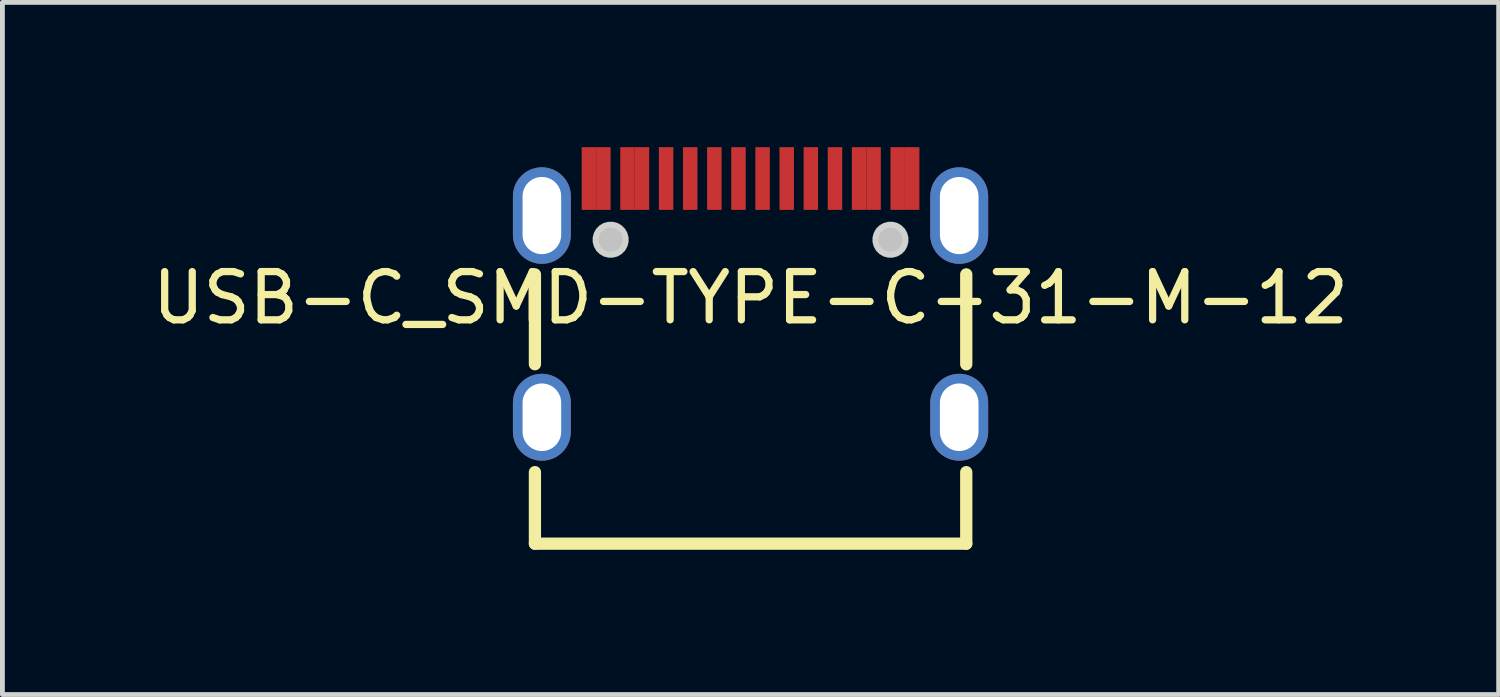
<source format=kicad_pcb>
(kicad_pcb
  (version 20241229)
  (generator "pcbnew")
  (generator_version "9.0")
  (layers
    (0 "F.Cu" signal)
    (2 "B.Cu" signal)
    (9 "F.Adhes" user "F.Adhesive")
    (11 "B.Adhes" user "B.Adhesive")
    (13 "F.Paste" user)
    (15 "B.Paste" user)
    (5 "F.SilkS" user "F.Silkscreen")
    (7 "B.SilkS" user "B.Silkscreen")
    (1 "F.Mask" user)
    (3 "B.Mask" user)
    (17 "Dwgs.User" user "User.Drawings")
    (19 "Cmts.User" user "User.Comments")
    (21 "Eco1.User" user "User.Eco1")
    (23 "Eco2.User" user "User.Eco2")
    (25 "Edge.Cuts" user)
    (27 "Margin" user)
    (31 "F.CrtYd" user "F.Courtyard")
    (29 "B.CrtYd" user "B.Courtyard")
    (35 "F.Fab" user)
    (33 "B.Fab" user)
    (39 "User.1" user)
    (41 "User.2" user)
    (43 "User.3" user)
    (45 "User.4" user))
  (footprint "USB-C_SMD-TYPE-C-31-M-12"
    (layer "F.Cu")
    (at 12.506 3.124)
    (property "Reference" "USB-C_SMD-TYPE-C-31-M-12" (at 0 0 0) (layer "F.SilkS") (effects (font (size 1 1) (thickness 0.15))))
    (fp_line (start -4.469 1.375) (end -4.469 -0.487) (stroke (width 0.254) (type default)) (layer "F.SilkS"))
    (fp_line (start -4.469 5.094) (end -4.469 3.612) (stroke (width 0.254) (type default)) (layer "F.SilkS"))
    (fp_line (start 4.471 1.376) (end 4.471 -0.487) (stroke (width 0.254) (type default)) (layer "F.SilkS"))
    (fp_line (start 4.471 5.094) (end -4.469 5.094) (stroke (width 0.254) (type default)) (layer "F.SilkS"))
    (fp_line (start 4.471 5.094) (end 4.471 3.612) (stroke (width 0.254) (type default)) (layer "F.SilkS"))
    (fp_poly (pts (xy -1.6 -1.824) (xy -1.6 -3.124) (xy -1.9 -3.124) (xy -1.9 -1.824)) (stroke (width 0) (type default)) (fill yes) (layer "F.Paste"))
    (fp_poly (pts (xy -1.4 -3.124) (xy -1.4 -1.824) (xy -1.1 -1.824) (xy -1.1 -3.124)) (stroke (width 0) (type default)) (fill yes) (layer "F.Paste"))
    (fp_poly (pts (xy -0.6 -1.824) (xy -0.6 -3.124) (xy -0.9 -3.124) (xy -0.9 -1.824)) (stroke (width 0) (type default)) (fill yes) (layer "F.Paste"))
    (fp_poly (pts (xy -0.1 -1.824) (xy -0.1 -3.124) (xy -0.4 -3.124) (xy -0.4 -1.824)) (stroke (width 0) (type default)) (fill yes) (layer "F.Paste"))
    (fp_poly (pts (xy 0.4 -1.824) (xy 0.4 -3.124) (xy 0.1 -3.124) (xy 0.1 -1.824)) (stroke (width 0) (type default)) (fill yes) (layer "F.Paste"))
    (fp_poly (pts (xy 0.9 -1.824) (xy 0.9 -3.124) (xy 0.6 -3.124) (xy 0.6 -1.824)) (stroke (width 0) (type default)) (fill yes) (layer "F.Paste"))
    (fp_poly (pts (xy 1.399 -1.824) (xy 1.399 -3.124) (xy 1.099 -3.124) (xy 1.099 -1.824)) (stroke (width 0) (type default)) (fill yes) (layer "F.Paste"))
    (fp_poly (pts (xy 1.9 -1.824) (xy 1.9 -3.124) (xy 1.6 -3.124) (xy 1.6 -1.824)) (stroke (width 0) (type default)) (fill yes) (layer "F.Paste"))
    (fp_poly (pts (xy -2.9 -1.824) (xy -2.9 -3.124) (xy -3.2 -3.124) (xy -3.5 -3.124) (xy -3.5 -1.824) (xy -3.2 -1.824)) (stroke (width 0) (type default)) (fill yes) (layer "F.Paste"))
    (fp_poly (pts (xy -2.1 -1.824) (xy -2.1 -3.124) (xy -2.4 -3.124) (xy -2.7 -3.124) (xy -2.7 -1.824) (xy -2.4 -1.824)) (stroke (width 0) (type default)) (fill yes) (layer "F.Paste"))
    (fp_poly (pts (xy 2.7 -1.825) (xy 2.7 -3.124) (xy 2.4 -3.124) (xy 2.1 -3.124) (xy 2.1 -1.825) (xy 2.4 -1.825)) (stroke (width 0) (type default)) (fill yes) (layer "F.Paste"))
    (fp_poly (pts (xy 3.5 -1.825) (xy 3.5 -3.124) (xy 3.2 -3.124) (xy 2.9 -3.124) (xy 2.9 -1.825) (xy 3.2 -1.825)) (stroke (width 0) (type default)) (fill yes) (layer "F.Paste"))
    (fp_poly (pts (xy -4.34 1.575) (xy -4.37 1.576) (xy -4.399 1.579) (xy -4.429 1.583) (xy -4.458 1.589) (xy -4.487 1.597) (xy -4.516 1.605) (xy -4.545 1.615) (xy -4.572 1.627) (xy -4.599 1.64) (xy -4.625 1.655) (xy -4.651 1.67) (xy -4.676 1.687) (xy -4.699 1.705) (xy -4.722 1.724) (xy -4.744 1.744) (xy -4.765 1.766) (xy -4.785 1.788) (xy -4.803 1.812) (xy -4.821 1.836) (xy -4.837 1.861) (xy -4.852 1.887) (xy -4.865 1.914) (xy -4.878 1.941) (xy -4.889 1.969) (xy -4.899 1.998) (xy -4.907 2.026) (xy -4.913 2.055) (xy -4.918 2.084) (xy -4.922 2.115) (xy -4.925 2.144) (xy -4.925 2.174) (xy -4.925 2.774) (xy -4.925 2.804) (xy -4.922 2.834) (xy -4.918 2.864) (xy -4.913 2.893) (xy -4.907 2.922) (xy -4.899 2.951) (xy -4.889 2.979) (xy -4.878 3.007) (xy -4.865 3.034) (xy -4.852 3.061) (xy -4.837 3.087) (xy -4.821 3.112) (xy -4.803 3.136) (xy -4.785 3.16) (xy -4.765 3.182) (xy -4.744 3.204) (xy -4.722 3.224) (xy -4.699 3.243) (xy -4.676 3.261) (xy -4.651 3.278) (xy -4.625 3.293) (xy -4.599 3.308) (xy -4.572 3.321) (xy -4.545 3.333) (xy -4.516 3.343) (xy -4.487 3.352) (xy -4.458 3.359) (xy -4.429 3.365) (xy -4.399 3.369) (xy -4.37 3.373) (xy -4.34 3.374) (xy -4.31 3.374) (xy -4.28 3.373) (xy -4.25 3.369) (xy -4.221 3.365) (xy -4.191 3.359) (xy -4.162 3.352) (xy -4.134 3.343) (xy -4.106 3.333) (xy -4.079 3.321) (xy -4.051 3.308) (xy -4.025 3.293) (xy -3.999 3.278) (xy -3.975 3.261) (xy -3.951 3.243) (xy -3.928 3.224) (xy -3.906 3.204) (xy -3.885 3.182) (xy -3.865 3.16) (xy -3.847 3.136) (xy -3.829 3.112) (xy -3.813 3.087) (xy -3.798 3.061) (xy -3.784 3.034) (xy -3.772 3.007) (xy -3.761 2.979) (xy -3.752 2.951) (xy -3.744 2.922) (xy -3.737 2.893) (xy -3.732 2.864) (xy -3.728 2.834) (xy -3.726 2.804) (xy -3.725 2.774) (xy -3.725 2.174) (xy -3.726 2.144) (xy -3.728 2.115) (xy -3.732 2.084) (xy -3.737 2.055) (xy -3.744 2.026) (xy -3.752 1.998) (xy -3.761 1.969) (xy -3.772 1.941) (xy -3.784 1.914) (xy -3.798 1.887) (xy -3.813 1.861) (xy -3.829 1.836) (xy -3.847 1.812) (xy -3.865 1.788) (xy -3.885 1.766) (xy -3.906 1.744) (xy -3.928 1.724) (xy -3.951 1.705) (xy -3.975 1.687) (xy -3.999 1.67) (xy -4.025 1.655) (xy -4.051 1.64) (xy -4.079 1.627) (xy -4.106 1.615) (xy -4.134 1.605) (xy -4.162 1.597) (xy -4.191 1.589) (xy -4.221 1.583) (xy -4.25 1.579) (xy -4.28 1.576) (xy -4.31 1.575)) (stroke (width 0) (type default)) (fill yes) (layer "F.Paste"))
    (fp_poly (pts (xy -4.28 -2.704) (xy -4.31 -2.705) (xy -4.34 -2.705) (xy -4.37 -2.704) (xy -4.399 -2.701) (xy -4.429 -2.696) (xy -4.458 -2.691) (xy -4.487 -2.683) (xy -4.516 -2.675) (xy -4.545 -2.664) (xy -4.572 -2.652) (xy -4.599 -2.639) (xy -4.625 -2.626) (xy -4.651 -2.61) (xy -4.676 -2.593) (xy -4.699 -2.575) (xy -4.722 -2.555) (xy -4.744 -2.535) (xy -4.765 -2.514) (xy -4.785 -2.491) (xy -4.803 -2.468) (xy -4.821 -2.444) (xy -4.837 -2.418) (xy -4.852 -2.393) (xy -4.865 -2.366) (xy -4.878 -2.339) (xy -4.889 -2.311) (xy -4.899 -2.283) (xy -4.907 -2.254) (xy -4.913 -2.224) (xy -4.918 -2.195) (xy -4.922 -2.166) (xy -4.925 -2.135) (xy -4.925 -2.106) (xy -4.925 -1.306) (xy -4.925 -1.276) (xy -4.922 -1.246) (xy -4.918 -1.216) (xy -4.913 -1.187) (xy -4.907 -1.157) (xy -4.899 -1.129) (xy -4.889 -1.101) (xy -4.878 -1.073) (xy -4.865 -1.046) (xy -4.852 -1.019) (xy -4.837 -0.993) (xy -4.821 -0.968) (xy -4.803 -0.944) (xy -4.785 -0.92) (xy -4.765 -0.897) (xy -4.744 -0.876) (xy -4.722 -0.856) (xy -4.699 -0.837) (xy -4.676 -0.819) (xy -4.651 -0.802) (xy -4.625 -0.786) (xy -4.599 -0.772) (xy -4.572 -0.759) (xy -4.545 -0.748) (xy -4.516 -0.737) (xy -4.487 -0.728) (xy -4.458 -0.721) (xy -4.429 -0.715) (xy -4.399 -0.711) (xy -4.37 -0.708) (xy -4.34 -0.706) (xy -4.31 -0.706) (xy -4.28 -0.708) (xy -4.25 -0.711) (xy -4.221 -0.715) (xy -4.191 -0.721) (xy -4.162 -0.728) (xy -4.134 -0.737) (xy -4.106 -0.748) (xy -4.079 -0.759) (xy -4.051 -0.772) (xy -4.025 -0.786) (xy -3.999 -0.802) (xy -3.975 -0.819) (xy -3.951 -0.837) (xy -3.928 -0.856) (xy -3.906 -0.876) (xy -3.885 -0.897) (xy -3.865 -0.92) (xy -3.847 -0.944) (xy -3.829 -0.968) (xy -3.813 -0.993) (xy -3.798 -1.019) (xy -3.784 -1.046) (xy -3.772 -1.073) (xy -3.761 -1.101) (xy -3.752 -1.129) (xy -3.744 -1.157) (xy -3.737 -1.187) (xy -3.732 -1.216) (xy -3.728 -1.246) (xy -3.726 -1.276) (xy -3.725 -1.306) (xy -3.725 -2.106) (xy -3.726 -2.135) (xy -3.728 -2.166) (xy -3.732 -2.195) (xy -3.737 -2.224) (xy -3.744 -2.254) (xy -3.752 -2.283) (xy -3.761 -2.311) (xy -3.772 -2.339) (xy -3.784 -2.366) (xy -3.798 -2.393) (xy -3.813 -2.418) (xy -3.829 -2.444) (xy -3.847 -2.468) (xy -3.865 -2.491) (xy -3.885 -2.514) (xy -3.906 -2.535) (xy -3.928 -2.555) (xy -3.951 -2.575) (xy -3.975 -2.593) (xy -3.999 -2.61) (xy -4.025 -2.626) (xy -4.051 -2.639) (xy -4.079 -2.652) (xy -4.106 -2.664) (xy -4.134 -2.675) (xy -4.162 -2.683) (xy -4.191 -2.691) (xy -4.221 -2.696) (xy -4.25 -2.701)) (stroke (width 0) (type default)) (fill yes) (layer "F.Paste"))
    (fp_poly (pts (xy 4.37 -2.704) (xy 4.34 -2.705) (xy 4.31 -2.705) (xy 4.28 -2.704) (xy 4.25 -2.701) (xy 4.221 -2.696) (xy 4.191 -2.691) (xy 4.162 -2.683) (xy 4.134 -2.675) (xy 4.106 -2.664) (xy 4.079 -2.652) (xy 4.051 -2.639) (xy 4.025 -2.626) (xy 3.999 -2.61) (xy 3.975 -2.593) (xy 3.951 -2.575) (xy 3.928 -2.555) (xy 3.906 -2.535) (xy 3.885 -2.514) (xy 3.865 -2.491) (xy 3.847 -2.468) (xy 3.829 -2.444) (xy 3.813 -2.418) (xy 3.798 -2.393) (xy 3.784 -2.366) (xy 3.772 -2.339) (xy 3.761 -2.311) (xy 3.752 -2.283) (xy 3.744 -2.254) (xy 3.737 -2.224) (xy 3.732 -2.195) (xy 3.728 -2.166) (xy 3.726 -2.135) (xy 3.725 -2.106) (xy 3.725 -1.306) (xy 3.726 -1.276) (xy 3.728 -1.246) (xy 3.732 -1.216) (xy 3.737 -1.187) (xy 3.744 -1.157) (xy 3.752 -1.129) (xy 3.761 -1.101) (xy 3.772 -1.073) (xy 3.784 -1.046) (xy 3.798 -1.019) (xy 3.813 -0.993) (xy 3.829 -0.968) (xy 3.847 -0.944) (xy 3.865 -0.92) (xy 3.885 -0.897) (xy 3.906 -0.876) (xy 3.928 -0.856) (xy 3.951 -0.837) (xy 3.975 -0.819) (xy 3.999 -0.802) (xy 4.025 -0.786) (xy 4.051 -0.772) (xy 4.079 -0.759) (xy 4.106 -0.748) (xy 4.134 -0.737) (xy 4.162 -0.728) (xy 4.191 -0.721) (xy 4.221 -0.715) (xy 4.25 -0.711) (xy 4.28 -0.708) (xy 4.31 -0.706) (xy 4.34 -0.706) (xy 4.37 -0.708) (xy 4.399 -0.711) (xy 4.429 -0.715) (xy 4.458 -0.721) (xy 4.487 -0.728) (xy 4.516 -0.737) (xy 4.545 -0.748) (xy 4.572 -0.759) (xy 4.599 -0.772) (xy 4.625 -0.786) (xy 4.651 -0.802) (xy 4.676 -0.819) (xy 4.699 -0.837) (xy 4.722 -0.856) (xy 4.744 -0.876) (xy 4.765 -0.897) (xy 4.785 -0.92) (xy 4.803 -0.944) (xy 4.821 -0.968) (xy 4.837 -0.993) (xy 4.852 -1.019) (xy 4.865 -1.046) (xy 4.878 -1.073) (xy 4.889 -1.101) (xy 4.899 -1.129) (xy 4.907 -1.157) (xy 4.913 -1.187) (xy 4.918 -1.216) (xy 4.922 -1.246) (xy 4.925 -1.276) (xy 4.925 -1.306) (xy 4.925 -2.106) (xy 4.925 -2.135) (xy 4.922 -2.166) (xy 4.918 -2.195) (xy 4.913 -2.224) (xy 4.907 -2.254) (xy 4.899 -2.283) (xy 4.889 -2.311) (xy 4.878 -2.339) (xy 4.865 -2.366) (xy 4.852 -2.393) (xy 4.837 -2.418) (xy 4.821 -2.444) (xy 4.803 -2.468) (xy 4.785 -2.491) (xy 4.765 -2.514) (xy 4.744 -2.535) (xy 4.722 -2.555) (xy 4.699 -2.575) (xy 4.676 -2.593) (xy 4.651 -2.61) (xy 4.625 -2.626) (xy 4.599 -2.639) (xy 4.572 -2.652) (xy 4.545 -2.664) (xy 4.516 -2.675) (xy 4.487 -2.683) (xy 4.458 -2.691) (xy 4.429 -2.696) (xy 4.399 -2.701)) (stroke (width 0) (type default)) (fill yes) (layer "F.Paste"))
    (fp_poly (pts (xy 4.37 1.576) (xy 4.34 1.575) (xy 4.31 1.575) (xy 4.28 1.576) (xy 4.25 1.579) (xy 4.221 1.583) (xy 4.191 1.589) (xy 4.162 1.597) (xy 4.134 1.605) (xy 4.106 1.615) (xy 4.079 1.627) (xy 4.051 1.64) (xy 4.025 1.655) (xy 3.999 1.67) (xy 3.975 1.687) (xy 3.951 1.705) (xy 3.928 1.724) (xy 3.906 1.744) (xy 3.885 1.766) (xy 3.865 1.788) (xy 3.847 1.812) (xy 3.829 1.836) (xy 3.813 1.861) (xy 3.798 1.887) (xy 3.784 1.914) (xy 3.772 1.941) (xy 3.761 1.969) (xy 3.752 1.998) (xy 3.744 2.026) (xy 3.737 2.055) (xy 3.732 2.084) (xy 3.728 2.115) (xy 3.726 2.144) (xy 3.725 2.174) (xy 3.725 2.774) (xy 3.726 2.804) (xy 3.728 2.834) (xy 3.732 2.864) (xy 3.737 2.893) (xy 3.744 2.922) (xy 3.752 2.951) (xy 3.761 2.979) (xy 3.772 3.007) (xy 3.784 3.034) (xy 3.798 3.061) (xy 3.813 3.087) (xy 3.829 3.112) (xy 3.847 3.136) (xy 3.865 3.16) (xy 3.885 3.182) (xy 3.906 3.204) (xy 3.928 3.224) (xy 3.951 3.243) (xy 3.975 3.261) (xy 3.999 3.278) (xy 4.025 3.293) (xy 4.051 3.308) (xy 4.079 3.321) (xy 4.106 3.333) (xy 4.134 3.343) (xy 4.162 3.352) (xy 4.191 3.359) (xy 4.221 3.365) (xy 4.25 3.369) (xy 4.28 3.373) (xy 4.31 3.374) (xy 4.34 3.374) (xy 4.37 3.373) (xy 4.399 3.369) (xy 4.429 3.365) (xy 4.458 3.359) (xy 4.487 3.352) (xy 4.516 3.343) (xy 4.545 3.333) (xy 4.572 3.321) (xy 4.599 3.308) (xy 4.625 3.293) (xy 4.651 3.278) (xy 4.676 3.261) (xy 4.699 3.243) (xy 4.722 3.224) (xy 4.744 3.204) (xy 4.765 3.182) (xy 4.785 3.16) (xy 4.803 3.136) (xy 4.821 3.112) (xy 4.837 3.087) (xy 4.852 3.061) (xy 4.865 3.034) (xy 4.878 3.007) (xy 4.889 2.979) (xy 4.899 2.951) (xy 4.907 2.922) (xy 4.913 2.893) (xy 4.918 2.864) (xy 4.922 2.834) (xy 4.925 2.804) (xy 4.925 2.774) (xy 4.925 2.174) (xy 4.925 2.144) (xy 4.922 2.115) (xy 4.918 2.084) (xy 4.913 2.055) (xy 4.907 2.026) (xy 4.899 1.998) (xy 4.889 1.969) (xy 4.878 1.941) (xy 4.865 1.914) (xy 4.852 1.887) (xy 4.837 1.861) (xy 4.821 1.836) (xy 4.803 1.812) (xy 4.785 1.788) (xy 4.765 1.766) (xy 4.744 1.744) (xy 4.722 1.724) (xy 4.699 1.705) (xy 4.676 1.687) (xy 4.651 1.67) (xy 4.625 1.655) (xy 4.599 1.64) (xy 4.572 1.627) (xy 4.545 1.615) (xy 4.516 1.605) (xy 4.487 1.597) (xy 4.458 1.589) (xy 4.429 1.583) (xy 4.399 1.579)) (stroke (width 0) (type default)) (fill yes) (layer "F.Paste"))
    (fp_circle (center -2.9 -1.206) (end -2.775 -1.206) (stroke (width 0.25) (type default)) (fill no) (layer "Dwgs.User"))
    (fp_circle (center 2.9 -1.206) (end 3.025 -1.206) (stroke (width 0.25) (type default)) (fill no) (layer "Dwgs.User"))
    (fp_poly (pts (xy -2.528 -1.254) (xy -2.554 -1.349) (xy -2.602 -1.434) (xy -2.672 -1.503) (xy -2.756 -1.552) (xy -2.851 -1.577) (xy -2.949 -1.577) (xy -3.044 -1.552) (xy -3.128 -1.503) (xy -3.198 -1.434) (xy -3.246 -1.349) (xy -3.272 -1.254) (xy -3.272 -1.157) (xy -3.246 -1.062) (xy -3.198 -0.977) (xy -3.128 -0.908) (xy -3.044 -0.859) (xy -2.949 -0.834) (xy -2.851 -0.834) (xy -2.756 -0.859) (xy -2.672 -0.908) (xy -2.602 -0.977) (xy -2.554 -1.062) (xy -2.528 -1.157)) (stroke (width 0) (type default)) (fill yes) (layer "Edge.Cuts"))
    (fp_poly (pts (xy 3.272 -1.254) (xy 3.246 -1.349) (xy 3.198 -1.434) (xy 3.128 -1.503) (xy 3.044 -1.552) (xy 2.949 -1.577) (xy 2.851 -1.577) (xy 2.756 -1.552) (xy 2.672 -1.503) (xy 2.602 -1.434) (xy 2.554 -1.349) (xy 2.528 -1.254) (xy 2.528 -1.157) (xy 2.554 -1.062) (xy 2.602 -0.977) (xy 2.672 -0.908) (xy 2.756 -0.859) (xy 2.851 -0.834) (xy 2.949 -0.834) (xy 3.044 -0.859) (xy 3.128 -0.908) (xy 3.198 -0.977) (xy 3.246 -1.062) (xy 3.272 -1.157)) (stroke (width 0) (type default)) (fill yes) (layer "Edge.Cuts"))
    (fp_poly (pts (xy -4.475 -2.256) (xy -4.175 -2.256) (xy -4.175 -1.156) (xy -4.475 -1.156)) (stroke (width 0.1) (type default)) (fill no) (layer "User.1"))
    (fp_poly (pts (xy -4.475 2.074) (xy -4.175 2.074) (xy -4.175 2.874) (xy -4.475 2.874)) (stroke (width 0.1) (type default)) (fill no) (layer "User.1"))
    (fp_poly (pts (xy -3.41 -2.756) (xy -3.21 -2.756) (xy -3.21 -2.056) (xy -3.41 -2.056)) (stroke (width 0.1) (type default)) (fill no) (layer "User.1"))
    (fp_poly (pts (xy -3.21 -2.756) (xy -3.01 -2.756) (xy -3.01 -2.056) (xy -3.21 -2.056)) (stroke (width 0.1) (type default)) (fill no) (layer "User.1"))
    (fp_poly (pts (xy -2.61 -2.756) (xy -2.41 -2.756) (xy -2.41 -2.056) (xy -2.61 -2.056)) (stroke (width 0.1) (type default)) (fill no) (layer "User.1"))
    (fp_poly (pts (xy -2.41 -2.756) (xy -2.21 -2.756) (xy -2.21 -2.056) (xy -2.41 -2.056)) (stroke (width 0.1) (type default)) (fill no) (layer "User.1"))
    (fp_poly (pts (xy -1.85 -2.756) (xy -1.65 -2.756) (xy -1.65 -2.056) (xy -1.85 -2.056)) (stroke (width 0.1) (type default)) (fill no) (layer "User.1"))
    (fp_poly (pts (xy -1.35 -2.756) (xy -1.15 -2.756) (xy -1.15 -2.056) (xy -1.35 -2.056)) (stroke (width 0.1) (type default)) (fill no) (layer "User.1"))
    (fp_poly (pts (xy -0.85 -2.756) (xy -0.65 -2.756) (xy -0.65 -2.056) (xy -0.85 -2.056)) (stroke (width 0.1) (type default)) (fill no) (layer "User.1"))
    (fp_poly (pts (xy -0.35 -2.756) (xy -0.15 -2.756) (xy -0.15 -2.056) (xy -0.35 -2.056)) (stroke (width 0.1) (type default)) (fill no) (layer "User.1"))
    (fp_poly (pts (xy 0.15 -2.756) (xy 0.35 -2.756) (xy 0.35 -2.056) (xy 0.15 -2.056)) (stroke (width 0.1) (type default)) (fill no) (layer "User.1"))
    (fp_poly (pts (xy 0.65 -2.756) (xy 0.85 -2.756) (xy 0.85 -2.056) (xy 0.65 -2.056)) (stroke (width 0.1) (type default)) (fill no) (layer "User.1"))
    (fp_poly (pts (xy 1.149 -2.756) (xy 1.349 -2.756) (xy 1.349 -2.056) (xy 1.149 -2.056)) (stroke (width 0.1) (type default)) (fill no) (layer "User.1"))
    (fp_poly (pts (xy 1.65 -2.756) (xy 1.85 -2.756) (xy 1.85 -2.056) (xy 1.65 -2.056)) (stroke (width 0.1) (type default)) (fill no) (layer "User.1"))
    (fp_poly (pts (xy 2.21 -2.756) (xy 2.41 -2.756) (xy 2.41 -2.056) (xy 2.21 -2.056)) (stroke (width 0.1) (type default)) (fill no) (layer "User.1"))
    (fp_poly (pts (xy 2.41 -2.756) (xy 2.61 -2.756) (xy 2.61 -2.056) (xy 2.41 -2.056)) (stroke (width 0.1) (type default)) (fill no) (layer "User.1"))
    (fp_poly (pts (xy 3.01 -2.756) (xy 3.21 -2.756) (xy 3.21 -2.056) (xy 3.01 -2.056)) (stroke (width 0.1) (type default)) (fill no) (layer "User.1"))
    (fp_poly (pts (xy 3.21 -2.756) (xy 3.41 -2.756) (xy 3.41 -2.056) (xy 3.21 -2.056)) (stroke (width 0.1) (type default)) (fill no) (layer "User.1"))
    (fp_poly (pts (xy 4.175 -2.256) (xy 4.475 -2.256) (xy 4.475 -1.156) (xy 4.175 -1.156)) (stroke (width 0.1) (type default)) (fill no) (layer "User.1"))
    (fp_poly (pts (xy 4.175 2.074) (xy 4.475 2.074) (xy 4.475 2.874) (xy 4.175 2.874)) (stroke (width 0.1) (type default)) (fill no) (layer "User.1"))
    (fp_line (start -4.47 -2.256) (end 4.47 -2.256) (stroke (width 0.051) (type default)) (layer "User.2"))
    (fp_line (start -4.47 5.094) (end -4.47 -2.256) (stroke (width 0.051) (type default)) (layer "User.2"))
    (fp_line (start 4.47 -2.256) (end 4.47 5.094) (stroke (width 0.051) (type default)) (layer "User.2"))
    (fp_line (start 4.47 5.094) (end -4.47 5.094) (stroke (width 0.051) (type default)) (layer "User.2"))
    (fp_poly (pts (xy -4.42 -2.779) (xy -4.452 -2.811) (xy -4.498 -2.811) (xy -4.53 -2.779) (xy -4.53 -2.733) (xy -4.498 -2.701) (xy -4.452 -2.701) (xy -4.42 -2.733)) (stroke (width 0.1) (type default)) (fill no) (layer "User.3"))
    (pad "0" thru_hole oval (at -4.325 -1.706) (size 1.2 2) (drill oval 0.8 1.6) (layers "*.Cu" "*.Mask"))
    (pad "1" thru_hole oval (at 4.325 -1.706) (size 1.2 2) (drill oval 0.8 1.6) (layers "*.Cu" "*.Mask"))
    (pad "2" thru_hole oval (at 4.325 2.474) (size 1.2 1.8) (drill oval 0.8 1.4) (layers "*.Cu" "*.Mask"))
    (pad "3" thru_hole oval (at -4.325 2.474) (size 1.2 1.8) (drill oval 0.8 1.4) (layers "*.Cu" "*.Mask"))
    (pad "A1" smd rect (at -3.35 -2.474) (size 0.3 1.3) (layers "F.Cu" "F.Mask" "F.Paste"))
    (pad "A4" smd rect (at -2.55 -2.474) (size 0.3 1.3) (layers "F.Cu" "F.Mask" "F.Paste"))
    (pad "A5" smd rect (at -1.25 -2.474) (size 0.3 1.3) (layers "F.Cu" "F.Mask" "F.Paste"))
    (pad "A6" smd rect (at -0.25 -2.474) (size 0.3 1.3) (layers "F.Cu" "F.Mask" "F.Paste"))
    (pad "A7" smd rect (at 0.25 -2.474) (size 0.3 1.3) (layers "F.Cu" "F.Mask" "F.Paste"))
    (pad "A8" smd rect (at 1.25 -2.474) (size 0.3 1.3) (layers "F.Cu" "F.Mask" "F.Paste"))
    (pad "A9" smd rect (at 2.55 -2.474) (size 0.3 1.3) (layers "F.Cu" "F.Mask" "F.Paste"))
    (pad "A12" smd rect (at 3.35 -2.474) (size 0.3 1.3) (layers "F.Cu" "F.Mask" "F.Paste"))
    (pad "B1" smd rect (at 3.05 -2.474) (size 0.3 1.3) (layers "F.Cu" "F.Mask" "F.Paste"))
    (pad "B4" smd rect (at 2.25 -2.474) (size 0.3 1.3) (layers "F.Cu" "F.Mask" "F.Paste"))
    (pad "B5" smd rect (at 1.75 -2.474) (size 0.3 1.3) (layers "F.Cu" "F.Mask" "F.Paste"))
    (pad "B6" smd rect (at 0.75 -2.474) (size 0.3 1.3) (layers "F.Cu" "F.Mask" "F.Paste"))
    (pad "B7" smd rect (at -0.75 -2.474) (size 0.3 1.3) (layers "F.Cu" "F.Mask" "F.Paste"))
    (pad "B8" smd rect (at -1.75 -2.474) (size 0.3 1.3) (layers "F.Cu" "F.Mask" "F.Paste"))
    (pad "B9" smd rect (at -2.25 -2.474) (size 0.3 1.3) (layers "F.Cu" "F.Mask" "F.Paste"))
    (pad "B12" smd rect (at -3.05 -2.474) (size 0.3 1.3) (layers "F.Cu" "F.Mask" "F.Paste")))
  (gr_rect
    (start -3 -3)
    (end 28.012 11.345)
    (stroke (width 0.1) (type default))
    (fill no)
    (layer "Edge.Cuts")))
</source>
